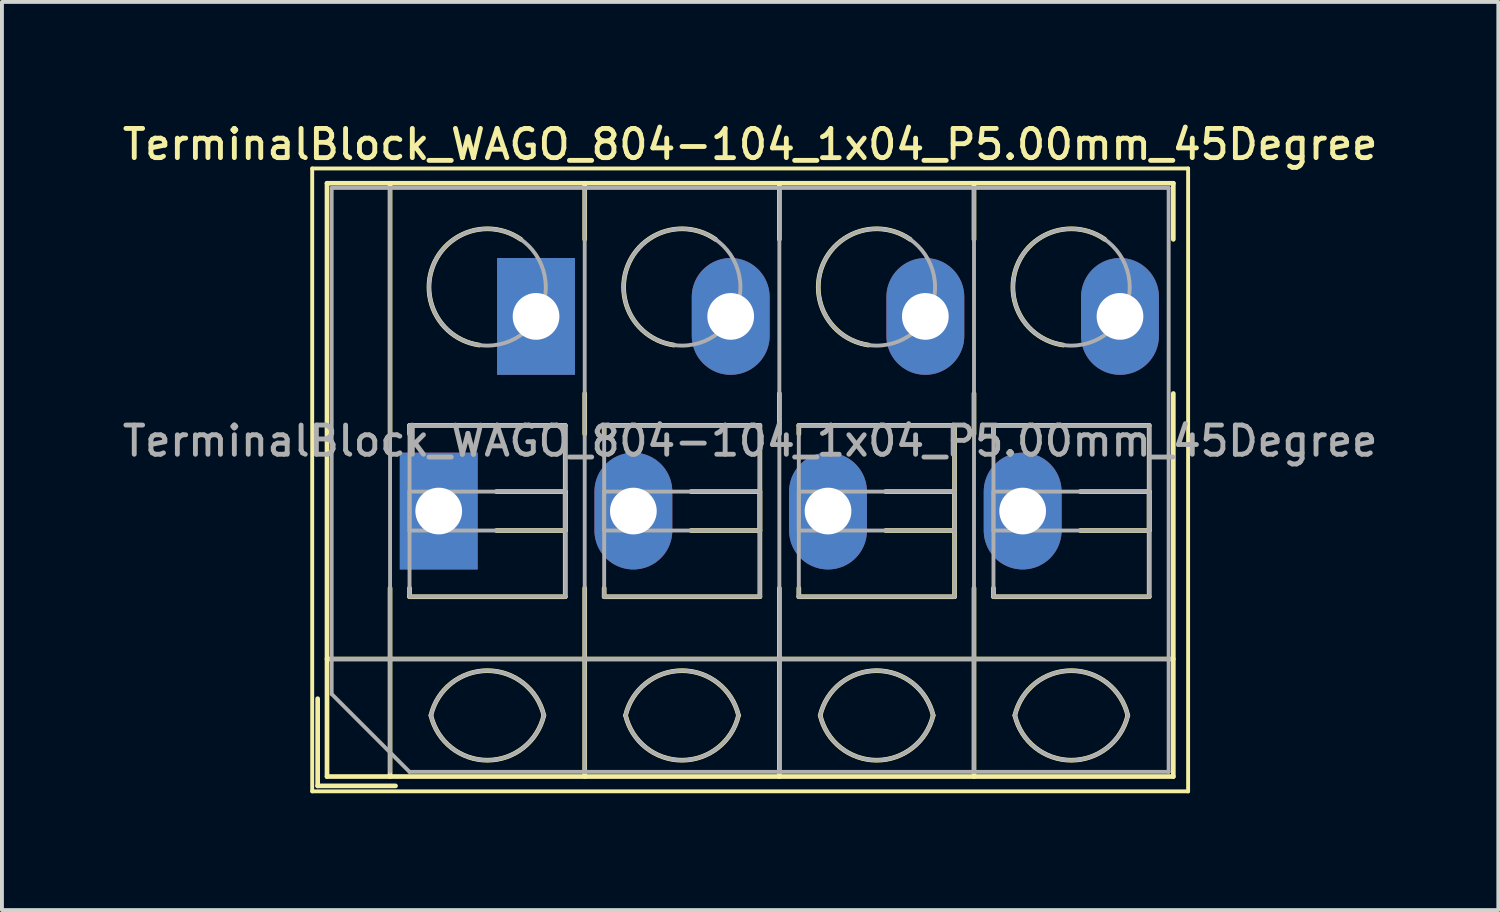
<source format=kicad_pcb>
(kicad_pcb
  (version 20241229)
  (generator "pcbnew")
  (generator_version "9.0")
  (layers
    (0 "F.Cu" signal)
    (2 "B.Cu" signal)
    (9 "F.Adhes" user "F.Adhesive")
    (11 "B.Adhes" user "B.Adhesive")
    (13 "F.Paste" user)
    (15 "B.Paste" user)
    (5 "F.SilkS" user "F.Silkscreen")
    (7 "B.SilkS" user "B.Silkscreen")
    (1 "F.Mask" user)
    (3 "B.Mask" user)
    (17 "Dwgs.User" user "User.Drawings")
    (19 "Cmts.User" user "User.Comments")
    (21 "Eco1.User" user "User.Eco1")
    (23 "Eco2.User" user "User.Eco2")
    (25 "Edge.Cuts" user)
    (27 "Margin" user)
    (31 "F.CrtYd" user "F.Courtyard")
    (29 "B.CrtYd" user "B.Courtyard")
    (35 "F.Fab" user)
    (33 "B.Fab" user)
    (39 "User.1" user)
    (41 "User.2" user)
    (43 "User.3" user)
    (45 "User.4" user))
  (footprint "TerminalBlock_WAGO_804-104_1x04_P5.00mm_45Degree"
    (layer "F.Cu")
    (at 8.22 10.078)
    (property "Reference" "TerminalBlock_WAGO_804-104_1x04_P5.00mm_45Degree" (at 8 -9.42 0) (layer "F.SilkS") (effects (font (size 0.75 0.75) (thickness 0.125))))
    (attr through_hole)
    (fp_line (start -3.25 -8.8) (end -3.25 7.2) (stroke (width 0.1) (type solid)) (layer "F.SilkS"))
    (fp_line (start -3.25 7.2) (end 19.25 7.2) (stroke (width 0.1) (type solid)) (layer "F.SilkS"))
    (fp_line (start -3.11 4.82) (end -3.11 7.06) (stroke (width 0.12) (type solid)) (layer "F.SilkS"))
    (fp_line (start -3.11 7.06) (end -1.11 7.06) (stroke (width 0.12) (type solid)) (layer "F.SilkS"))
    (fp_line (start -2.87 -8.42) (end -2.87 6.82) (stroke (width 0.12) (type solid)) (layer "F.SilkS"))
    (fp_line (start -2.87 -8.42) (end 18.87 -8.42) (stroke (width 0.12) (type solid)) (layer "F.SilkS"))
    (fp_line (start -2.87 3.8) (end 18.87 3.8) (stroke (width 0.12) (type solid)) (layer "F.SilkS"))
    (fp_line (start -2.87 6.82) (end 18.87 6.82) (stroke (width 0.12) (type solid)) (layer "F.SilkS"))
    (fp_line (start -1.25 -8.42) (end -1.25 -1.98) (stroke (width 0.12) (type solid)) (layer "F.SilkS"))
    (fp_line (start -1.25 1.98) (end -1.25 6.82) (stroke (width 0.12) (type solid)) (layer "F.SilkS"))
    (fp_line (start -0.75 -2.2) (end -0.75 -1.98) (stroke (width 0.12) (type solid)) (layer "F.SilkS"))
    (fp_line (start -0.75 -2.2) (end 3.25 -2.2) (stroke (width 0.12) (type solid)) (layer "F.SilkS"))
    (fp_line (start -0.75 1.98) (end -0.75 2.2) (stroke (width 0.12) (type solid)) (layer "F.SilkS"))
    (fp_line (start -0.75 2.2) (end 3.25 2.2) (stroke (width 0.12) (type solid)) (layer "F.SilkS"))
    (fp_line (start 1.48 -0.5) (end 3.25 -0.5) (stroke (width 0.12) (type solid)) (layer "F.SilkS"))
    (fp_line (start 1.48 0.5) (end 3.25 0.5) (stroke (width 0.12) (type solid)) (layer "F.SilkS"))
    (fp_line (start 3.25 -2.2) (end 3.25 2.2) (stroke (width 0.12) (type solid)) (layer "F.SilkS"))
    (fp_line (start 3.25 -0.5) (end 3.25 0.5) (stroke (width 0.12) (type solid)) (layer "F.SilkS"))
    (fp_line (start 3.75 -8.42) (end 3.75 -6.98) (stroke (width 0.12) (type solid)) (layer "F.SilkS"))
    (fp_line (start 3.75 -3.02) (end 3.75 -1.98) (stroke (width 0.12) (type solid)) (layer "F.SilkS"))
    (fp_line (start 3.75 1.98) (end 3.75 6.82) (stroke (width 0.12) (type solid)) (layer "F.SilkS"))
    (fp_line (start 4.25 -2.2) (end 4.25 -1.98) (stroke (width 0.12) (type solid)) (layer "F.SilkS"))
    (fp_line (start 4.25 -2.2) (end 8.25 -2.2) (stroke (width 0.12) (type solid)) (layer "F.SilkS"))
    (fp_line (start 4.25 1.98) (end 4.25 2.2) (stroke (width 0.12) (type solid)) (layer "F.SilkS"))
    (fp_line (start 4.25 2.2) (end 8.25 2.2) (stroke (width 0.12) (type solid)) (layer "F.SilkS"))
    (fp_line (start 6.48 -0.5) (end 8.25 -0.5) (stroke (width 0.12) (type solid)) (layer "F.SilkS"))
    (fp_line (start 6.48 0.5) (end 8.25 0.5) (stroke (width 0.12) (type solid)) (layer "F.SilkS"))
    (fp_line (start 8.25 -2.2) (end 8.25 2.2) (stroke (width 0.12) (type solid)) (layer "F.SilkS"))
    (fp_line (start 8.25 -0.5) (end 8.25 0.5) (stroke (width 0.12) (type solid)) (layer "F.SilkS"))
    (fp_line (start 8.75 -8.42) (end 8.75 -6.98) (stroke (width 0.12) (type solid)) (layer "F.SilkS"))
    (fp_line (start 8.75 -3.02) (end 8.75 -1.98) (stroke (width 0.12) (type solid)) (layer "F.SilkS"))
    (fp_line (start 8.75 1.98) (end 8.75 6.82) (stroke (width 0.12) (type solid)) (layer "F.SilkS"))
    (fp_line (start 9.25 -2.2) (end 9.25 -1.98) (stroke (width 0.12) (type solid)) (layer "F.SilkS"))
    (fp_line (start 9.25 -2.2) (end 13.25 -2.2) (stroke (width 0.12) (type solid)) (layer "F.SilkS"))
    (fp_line (start 9.25 1.98) (end 9.25 2.2) (stroke (width 0.12) (type solid)) (layer "F.SilkS"))
    (fp_line (start 9.25 2.2) (end 13.25 2.2) (stroke (width 0.12) (type solid)) (layer "F.SilkS"))
    (fp_line (start 11.48 -0.5) (end 13.25 -0.5) (stroke (width 0.12) (type solid)) (layer "F.SilkS"))
    (fp_line (start 11.48 0.5) (end 13.25 0.5) (stroke (width 0.12) (type solid)) (layer "F.SilkS"))
    (fp_line (start 13.25 -2.2) (end 13.25 2.2) (stroke (width 0.12) (type solid)) (layer "F.SilkS"))
    (fp_line (start 13.25 -0.5) (end 13.25 0.5) (stroke (width 0.12) (type solid)) (layer "F.SilkS"))
    (fp_line (start 13.75 -8.42) (end 13.75 -6.98) (stroke (width 0.12) (type solid)) (layer "F.SilkS"))
    (fp_line (start 13.75 -3.02) (end 13.75 -1.98) (stroke (width 0.12) (type solid)) (layer "F.SilkS"))
    (fp_line (start 13.75 1.98) (end 13.75 6.82) (stroke (width 0.12) (type solid)) (layer "F.SilkS"))
    (fp_line (start 14.25 -2.2) (end 14.25 -1.98) (stroke (width 0.12) (type solid)) (layer "F.SilkS"))
    (fp_line (start 14.25 -2.2) (end 18.25 -2.2) (stroke (width 0.12) (type solid)) (layer "F.SilkS"))
    (fp_line (start 14.25 1.98) (end 14.25 2.2) (stroke (width 0.12) (type solid)) (layer "F.SilkS"))
    (fp_line (start 14.25 2.2) (end 18.25 2.2) (stroke (width 0.12) (type solid)) (layer "F.SilkS"))
    (fp_line (start 16.48 -0.5) (end 18.25 -0.5) (stroke (width 0.12) (type solid)) (layer "F.SilkS"))
    (fp_line (start 16.48 0.5) (end 18.25 0.5) (stroke (width 0.12) (type solid)) (layer "F.SilkS"))
    (fp_line (start 18.25 -2.2) (end 18.25 2.2) (stroke (width 0.12) (type solid)) (layer "F.SilkS"))
    (fp_line (start 18.25 -0.5) (end 18.25 0.5) (stroke (width 0.12) (type solid)) (layer "F.SilkS"))
    (fp_line (start 18.87 -8.42) (end 18.87 -6.98) (stroke (width 0.12) (type solid)) (layer "F.SilkS"))
    (fp_line (start 18.87 -3.02) (end 18.87 6.82) (stroke (width 0.12) (type solid)) (layer "F.SilkS"))
    (fp_line (start 19.25 -8.8) (end -3.25 -8.8) (stroke (width 0.1) (type solid)) (layer "F.SilkS"))
    (fp_line (start 19.25 7.2) (end 19.25 -8.8) (stroke (width 0.1) (type solid)) (layer "F.SilkS"))
    (fp_arc (start -0.200865 5.250424) (mid 1.250296 4.099926) (end 2.701 5.251) (stroke (width 0.12) (type solid)) (layer "F.SilkS"))
    (fp_arc (start 1.040798 -4.264067) (mid -0.146039 -6.300306) (end 2.111 -6.979) (stroke (width 0.12) (type solid)) (layer "F.SilkS"))
    (fp_arc (start 2.7 5.25) (mid 1.250068 6.400101) (end -0.199969 5.250133) (stroke (width 0.12) (type solid)) (layer "F.SilkS"))
    (fp_arc (start 4.799135 5.250424) (mid 6.250296 4.099926) (end 7.701 5.251) (stroke (width 0.12) (type solid)) (layer "F.SilkS"))
    (fp_arc (start 6.040798 -4.264067) (mid 4.853961 -6.300306) (end 7.111 -6.979) (stroke (width 0.12) (type solid)) (layer "F.SilkS"))
    (fp_arc (start 7.7 5.25) (mid 6.250068 6.400101) (end 4.800031 5.250133) (stroke (width 0.12) (type solid)) (layer "F.SilkS"))
    (fp_arc (start 9.799135 5.250424) (mid 11.250296 4.099926) (end 12.701 5.251) (stroke (width 0.12) (type solid)) (layer "F.SilkS"))
    (fp_arc (start 11.040798 -4.264067) (mid 9.853961 -6.300306) (end 12.111 -6.979) (stroke (width 0.12) (type solid)) (layer "F.SilkS"))
    (fp_arc (start 12.7 5.25) (mid 11.250068 6.400101) (end 9.800031 5.250133) (stroke (width 0.12) (type solid)) (layer "F.SilkS"))
    (fp_arc (start 14.799135 5.250424) (mid 16.250296 4.099926) (end 17.701 5.251) (stroke (width 0.12) (type solid)) (layer "F.SilkS"))
    (fp_arc (start 16.040798 -4.264067) (mid 14.853961 -6.300306) (end 17.111 -6.979) (stroke (width 0.12) (type solid)) (layer "F.SilkS"))
    (fp_arc (start 17.7 5.25) (mid 16.250068 6.400101) (end 14.800031 5.250133) (stroke (width 0.12) (type solid)) (layer "F.SilkS"))
    (fp_line (start -2.75 -8.3) (end 18.75 -8.3) (stroke (width 0.1) (type solid)) (layer "F.Fab"))
    (fp_line (start -2.75 3.8) (end 18.75 3.8) (stroke (width 0.1) (type solid)) (layer "F.Fab"))
    (fp_line (start -2.75 4.7) (end -2.75 -8.3) (stroke (width 0.1) (type solid)) (layer "F.Fab"))
    (fp_line (start -1.25 -8.3) (end -1.25 6.7) (stroke (width 0.1) (type solid)) (layer "F.Fab"))
    (fp_line (start -0.75 -2.2) (end -0.75 2.2) (stroke (width 0.1) (type solid)) (layer "F.Fab"))
    (fp_line (start -0.75 -0.5) (end -0.75 0.5) (stroke (width 0.1) (type solid)) (layer "F.Fab"))
    (fp_line (start -0.75 0.5) (end 3.25 0.5) (stroke (width 0.1) (type solid)) (layer "F.Fab"))
    (fp_line (start -0.75 2.2) (end 3.25 2.2) (stroke (width 0.1) (type solid)) (layer "F.Fab"))
    (fp_line (start -0.75 6.7) (end -2.75 4.7) (stroke (width 0.1) (type solid)) (layer "F.Fab"))
    (fp_line (start 3.25 -2.2) (end -0.75 -2.2) (stroke (width 0.1) (type solid)) (layer "F.Fab"))
    (fp_line (start 3.25 -0.5) (end -0.75 -0.5) (stroke (width 0.1) (type solid)) (layer "F.Fab"))
    (fp_line (start 3.25 0.5) (end 3.25 -0.5) (stroke (width 0.1) (type solid)) (layer "F.Fab"))
    (fp_line (start 3.25 2.2) (end 3.25 -2.2) (stroke (width 0.1) (type solid)) (layer "F.Fab"))
    (fp_line (start 3.75 -8.3) (end 3.75 6.7) (stroke (width 0.1) (type solid)) (layer "F.Fab"))
    (fp_line (start 4.25 -2.2) (end 4.25 2.2) (stroke (width 0.1) (type solid)) (layer "F.Fab"))
    (fp_line (start 4.25 -0.5) (end 4.25 0.5) (stroke (width 0.1) (type solid)) (layer "F.Fab"))
    (fp_line (start 4.25 0.5) (end 8.25 0.5) (stroke (width 0.1) (type solid)) (layer "F.Fab"))
    (fp_line (start 4.25 2.2) (end 8.25 2.2) (stroke (width 0.1) (type solid)) (layer "F.Fab"))
    (fp_line (start 8.25 -2.2) (end 4.25 -2.2) (stroke (width 0.1) (type solid)) (layer "F.Fab"))
    (fp_line (start 8.25 -0.5) (end 4.25 -0.5) (stroke (width 0.1) (type solid)) (layer "F.Fab"))
    (fp_line (start 8.25 0.5) (end 8.25 -0.5) (stroke (width 0.1) (type solid)) (layer "F.Fab"))
    (fp_line (start 8.25 2.2) (end 8.25 -2.2) (stroke (width 0.1) (type solid)) (layer "F.Fab"))
    (fp_line (start 8.75 -8.3) (end 8.75 6.7) (stroke (width 0.1) (type solid)) (layer "F.Fab"))
    (fp_line (start 9.25 -2.2) (end 9.25 2.2) (stroke (width 0.1) (type solid)) (layer "F.Fab"))
    (fp_line (start 9.25 -0.5) (end 9.25 0.5) (stroke (width 0.1) (type solid)) (layer "F.Fab"))
    (fp_line (start 9.25 0.5) (end 13.25 0.5) (stroke (width 0.1) (type solid)) (layer "F.Fab"))
    (fp_line (start 9.25 2.2) (end 13.25 2.2) (stroke (width 0.1) (type solid)) (layer "F.Fab"))
    (fp_line (start 13.25 -2.2) (end 9.25 -2.2) (stroke (width 0.1) (type solid)) (layer "F.Fab"))
    (fp_line (start 13.25 -0.5) (end 9.25 -0.5) (stroke (width 0.1) (type solid)) (layer "F.Fab"))
    (fp_line (start 13.25 0.5) (end 13.25 -0.5) (stroke (width 0.1) (type solid)) (layer "F.Fab"))
    (fp_line (start 13.25 2.2) (end 13.25 -2.2) (stroke (width 0.1) (type solid)) (layer "F.Fab"))
    (fp_line (start 13.75 -8.3) (end 13.75 6.7) (stroke (width 0.1) (type solid)) (layer "F.Fab"))
    (fp_line (start 14.25 -2.2) (end 14.25 2.2) (stroke (width 0.1) (type solid)) (layer "F.Fab"))
    (fp_line (start 14.25 -0.5) (end 14.25 0.5) (stroke (width 0.1) (type solid)) (layer "F.Fab"))
    (fp_line (start 14.25 0.5) (end 18.25 0.5) (stroke (width 0.1) (type solid)) (layer "F.Fab"))
    (fp_line (start 14.25 2.2) (end 18.25 2.2) (stroke (width 0.1) (type solid)) (layer "F.Fab"))
    (fp_line (start 18.25 -2.2) (end 14.25 -2.2) (stroke (width 0.1) (type solid)) (layer "F.Fab"))
    (fp_line (start 18.25 -0.5) (end 14.25 -0.5) (stroke (width 0.1) (type solid)) (layer "F.Fab"))
    (fp_line (start 18.25 0.5) (end 18.25 -0.5) (stroke (width 0.1) (type solid)) (layer "F.Fab"))
    (fp_line (start 18.25 2.2) (end 18.25 -2.2) (stroke (width 0.1) (type solid)) (layer "F.Fab"))
    (fp_line (start 18.75 -8.3) (end 18.75 6.7) (stroke (width 0.1) (type solid)) (layer "F.Fab"))
    (fp_line (start 18.75 6.7) (end -0.75 6.7) (stroke (width 0.1) (type solid)) (layer "F.Fab"))
    (fp_arc (start -0.200865 5.250424) (mid 1.250296 4.099926) (end 2.701 5.251) (stroke (width 0.1) (type solid)) (layer "F.Fab"))
    (fp_arc (start 2.7 5.25) (mid 1.250068 6.400101) (end -0.199969 5.250133) (stroke (width 0.1) (type solid)) (layer "F.Fab"))
    (fp_arc (start 4.799135 5.250424) (mid 6.250296 4.099926) (end 7.701 5.251) (stroke (width 0.1) (type solid)) (layer "F.Fab"))
    (fp_arc (start 7.7 5.25) (mid 6.250068 6.400101) (end 4.800031 5.250133) (stroke (width 0.1) (type solid)) (layer "F.Fab"))
    (fp_arc (start 9.799135 5.250424) (mid 11.250296 4.099926) (end 12.701 5.251) (stroke (width 0.1) (type solid)) (layer "F.Fab"))
    (fp_arc (start 12.7 5.25) (mid 11.250068 6.400101) (end 9.800031 5.250133) (stroke (width 0.1) (type solid)) (layer "F.Fab"))
    (fp_arc (start 14.799135 5.250424) (mid 16.250296 4.099926) (end 17.701 5.251) (stroke (width 0.1) (type solid)) (layer "F.Fab"))
    (fp_arc (start 17.7 5.25) (mid 16.250068 6.400101) (end 14.800031 5.250133) (stroke (width 0.1) (type solid)) (layer "F.Fab"))
    (fp_circle (center 1.25 -5.75) (end 2.75 -5.75) (stroke (width 0.1) (type solid)) (fill no) (layer "F.Fab"))
    (fp_circle (center 6.25 -5.75) (end 7.75 -5.75) (stroke (width 0.1) (type solid)) (fill no) (layer "F.Fab"))
    (fp_circle (center 11.25 -5.75) (end 12.75 -5.75) (stroke (width 0.1) (type solid)) (fill no) (layer "F.Fab"))
    (fp_circle (center 16.25 -5.75) (end 17.75 -5.75) (stroke (width 0.1) (type solid)) (fill no) (layer "F.Fab"))
    (fp_text user "${REFERENCE}" (at 8 -1.8 0) (layer "F.Fab") (effects (font (size 0.75 0.75) (thickness 0.125))))
    (pad "1" thru_hole rect (at 0 0) (size 2 3) (drill 1.2) (layers "*.Cu" "*.Mask"))
    (pad "1" thru_hole rect (at 2.5 -5) (size 2 3) (drill 1.2) (layers "*.Cu" "*.Mask"))
    (pad "2" thru_hole oval (at 5 0) (size 2 3) (drill 1.2) (layers "*.Cu" "*.Mask"))
    (pad "2" thru_hole oval (at 7.5 -5) (size 2 3) (drill 1.2) (layers "*.Cu" "*.Mask"))
    (pad "3" thru_hole oval (at 10 0) (size 2 3) (drill 1.2) (layers "*.Cu" "*.Mask"))
    (pad "3" thru_hole oval (at 12.5 -5) (size 2 3) (drill 1.2) (layers "*.Cu" "*.Mask"))
    (pad "4" thru_hole oval (at 15 0) (size 2 3) (drill 1.2) (layers "*.Cu" "*.Mask"))
    (pad "4" thru_hole oval (at 17.5 -5) (size 2 3) (drill 1.2) (layers "*.Cu" "*.Mask")))
  (gr_rect
    (start -3 -3)
    (end 35.439 20.328)
    (stroke (width 0.1) (type default))
    (fill no)
    (layer "Edge.Cuts")))
</source>
